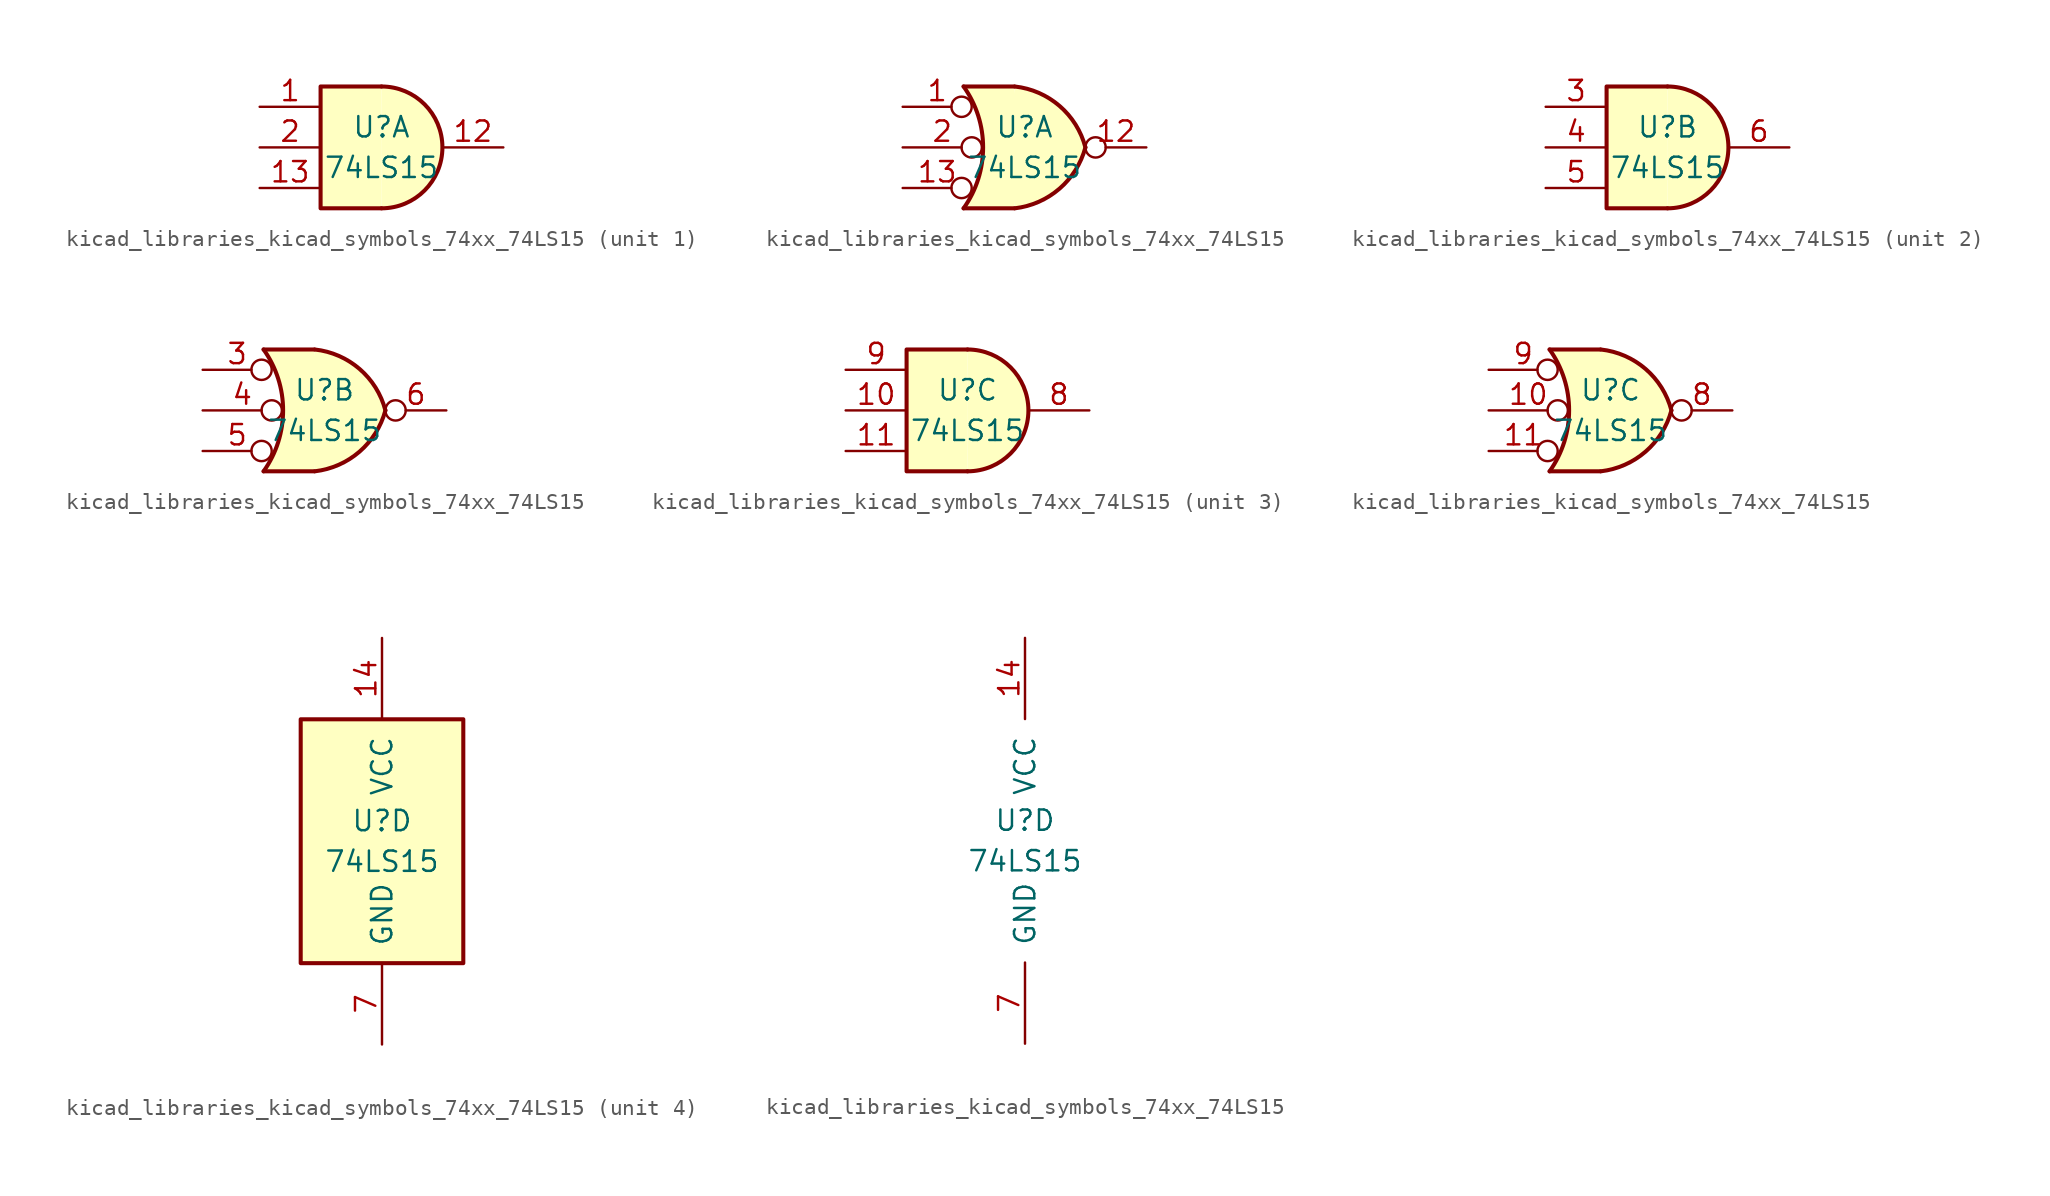
<source format=kicad_sym>
(kicad_symbol_lib
  (version 20220914)
  (generator kicad_symbol_editor)
  (symbol "kicad_libraries_kicad_symbols_74xx_74LS15"
    (pin_names
      (offset 1.016))
    (property "Reference" "U"
      (at 0 1.27 0)
      (effects (font (size 1.27 1.27))))
    (property "Value" "74LS15"
      (at 0 -1.27 0)
      (effects (font (size 1.27 1.27))))
    (property "ki_locked" ""
      (at 0 0 0)
      (effects (font (size 1.27 1.27))))
    (symbol "kicad_libraries_kicad_symbols_74xx_74LS15_1_1"
      (arc (start 0 -3.81) (mid 3.7934 0) (end 0 3.81) (stroke (width 0.254) (type default)) (fill (type background)))
      (polyline (pts (xy 0 3.81) (xy -3.81 3.81) (xy -3.81 -3.81) (xy 0 -3.81)) (stroke (width 0.254) (type default)) (fill (type background)))
      (pin input line (at -7.62 2.54 0) (length 3.81) (name "~" (effects (font (size 1.27 1.27)))) (number "1" (effects (font (size 1.27 1.27)))))
      (pin open_collector line (at 7.62 0 180) (length 3.81) (name "~" (effects (font (size 1.27 1.27)))) (number "12" (effects (font (size 1.27 1.27)))))
      (pin input line (at -7.62 -2.54 0) (length 3.81) (name "~" (effects (font (size 1.27 1.27)))) (number "13" (effects (font (size 1.27 1.27)))))
      (pin input line (at -7.62 0 0) (length 3.81) (name "~" (effects (font (size 1.27 1.27)))) (number "2" (effects (font (size 1.27 1.27))))))
    (symbol "kicad_libraries_kicad_symbols_74xx_74LS15_1_2"
      (arc (start -3.81 -3.81) (mid -2.589 0) (end -3.81 3.81) (stroke (width 0.254) (type default)) (fill (type none)))
      (arc (start -0.6096 -3.81) (mid 2.1842 -2.5851) (end 3.81 0) (stroke (width 0.254) (type default)) (fill (type background)))
      (polyline (pts (xy -3.81 -3.81) (xy -0.635 -3.81)) (stroke (width 0.254) (type default)) (fill (type background)))
      (polyline (pts (xy -3.81 3.81) (xy -0.635 3.81)) (stroke (width 0.254) (type default)) (fill (type background)))
      (polyline (pts (xy -0.635 3.81) (xy -3.81 3.81) (xy -3.81 3.81) (xy -3.556 3.404) (xy -3.023 2.261) (xy -2.692 1.041) (xy -2.616 -0.254) (xy -2.769 -1.499) (xy -3.175 -2.718) (xy -3.81 -3.81) (xy -3.81 -3.81) (xy -0.635 -3.81)) (stroke (width -25.4) (type default)) (fill (type background)))
      (arc (start 3.81 0) (mid 2.1915 2.5936) (end -0.6096 3.81) (stroke (width 0.254) (type default)) (fill (type background)))
      (pin input inverted (at -7.62 2.54 0) (length 4.318) (name "~" (effects (font (size 1.27 1.27)))) (number "1" (effects (font (size 1.27 1.27)))))
      (pin open_collector inverted (at 7.62 0 180) (length 3.81) (name "~" (effects (font (size 1.27 1.27)))) (number "12" (effects (font (size 1.27 1.27)))))
      (pin input inverted (at -7.62 -2.54 0) (length 4.318) (name "~" (effects (font (size 1.27 1.27)))) (number "13" (effects (font (size 1.27 1.27)))))
      (pin input inverted (at -7.62 0 0) (length 4.953) (name "~" (effects (font (size 1.27 1.27)))) (number "2" (effects (font (size 1.27 1.27))))))
    (symbol "kicad_libraries_kicad_symbols_74xx_74LS15_2_1"
      (arc (start 0 -3.81) (mid 3.7934 0) (end 0 3.81) (stroke (width 0.254) (type default)) (fill (type background)))
      (polyline (pts (xy 0 3.81) (xy -3.81 3.81) (xy -3.81 -3.81) (xy 0 -3.81)) (stroke (width 0.254) (type default)) (fill (type background)))
      (pin input line (at -7.62 2.54 0) (length 3.81) (name "~" (effects (font (size 1.27 1.27)))) (number "3" (effects (font (size 1.27 1.27)))))
      (pin input line (at -7.62 0 0) (length 3.81) (name "~" (effects (font (size 1.27 1.27)))) (number "4" (effects (font (size 1.27 1.27)))))
      (pin input line (at -7.62 -2.54 0) (length 3.81) (name "~" (effects (font (size 1.27 1.27)))) (number "5" (effects (font (size 1.27 1.27)))))
      (pin open_collector line (at 7.62 0 180) (length 3.81) (name "~" (effects (font (size 1.27 1.27)))) (number "6" (effects (font (size 1.27 1.27))))))
    (symbol "kicad_libraries_kicad_symbols_74xx_74LS15_2_2"
      (arc (start -3.81 -3.81) (mid -2.589 0) (end -3.81 3.81) (stroke (width 0.254) (type default)) (fill (type none)))
      (arc (start -0.6096 -3.81) (mid 2.1842 -2.5851) (end 3.81 0) (stroke (width 0.254) (type default)) (fill (type background)))
      (polyline (pts (xy -3.81 -3.81) (xy -0.635 -3.81)) (stroke (width 0.254) (type default)) (fill (type background)))
      (polyline (pts (xy -3.81 3.81) (xy -0.635 3.81)) (stroke (width 0.254) (type default)) (fill (type background)))
      (polyline (pts (xy -0.635 3.81) (xy -3.81 3.81) (xy -3.81 3.81) (xy -3.556 3.404) (xy -3.023 2.261) (xy -2.692 1.041) (xy -2.616 -0.254) (xy -2.769 -1.499) (xy -3.175 -2.718) (xy -3.81 -3.81) (xy -3.81 -3.81) (xy -0.635 -3.81)) (stroke (width -25.4) (type default)) (fill (type background)))
      (arc (start 3.81 0) (mid 2.1915 2.5936) (end -0.6096 3.81) (stroke (width 0.254) (type default)) (fill (type background)))
      (pin input inverted (at -7.62 2.54 0) (length 4.318) (name "~" (effects (font (size 1.27 1.27)))) (number "3" (effects (font (size 1.27 1.27)))))
      (pin input inverted (at -7.62 0 0) (length 4.953) (name "~" (effects (font (size 1.27 1.27)))) (number "4" (effects (font (size 1.27 1.27)))))
      (pin input inverted (at -7.62 -2.54 0) (length 4.318) (name "~" (effects (font (size 1.27 1.27)))) (number "5" (effects (font (size 1.27 1.27)))))
      (pin open_collector inverted (at 7.62 0 180) (length 3.81) (name "~" (effects (font (size 1.27 1.27)))) (number "6" (effects (font (size 1.27 1.27))))))
    (symbol "kicad_libraries_kicad_symbols_74xx_74LS15_3_1"
      (arc (start 0 -3.81) (mid 3.7934 0) (end 0 3.81) (stroke (width 0.254) (type default)) (fill (type background)))
      (polyline (pts (xy 0 3.81) (xy -3.81 3.81) (xy -3.81 -3.81) (xy 0 -3.81)) (stroke (width 0.254) (type default)) (fill (type background)))
      (pin input line (at -7.62 0 0) (length 3.81) (name "~" (effects (font (size 1.27 1.27)))) (number "10" (effects (font (size 1.27 1.27)))))
      (pin input line (at -7.62 -2.54 0) (length 3.81) (name "~" (effects (font (size 1.27 1.27)))) (number "11" (effects (font (size 1.27 1.27)))))
      (pin open_collector line (at 7.62 0 180) (length 3.81) (name "~" (effects (font (size 1.27 1.27)))) (number "8" (effects (font (size 1.27 1.27)))))
      (pin input line (at -7.62 2.54 0) (length 3.81) (name "~" (effects (font (size 1.27 1.27)))) (number "9" (effects (font (size 1.27 1.27))))))
    (symbol "kicad_libraries_kicad_symbols_74xx_74LS15_3_2"
      (arc (start -3.81 -3.81) (mid -2.589 0) (end -3.81 3.81) (stroke (width 0.254) (type default)) (fill (type none)))
      (arc (start -0.6096 -3.81) (mid 2.1842 -2.5851) (end 3.81 0) (stroke (width 0.254) (type default)) (fill (type background)))
      (polyline (pts (xy -3.81 -3.81) (xy -0.635 -3.81)) (stroke (width 0.254) (type default)) (fill (type background)))
      (polyline (pts (xy -3.81 3.81) (xy -0.635 3.81)) (stroke (width 0.254) (type default)) (fill (type background)))
      (polyline (pts (xy -0.635 3.81) (xy -3.81 3.81) (xy -3.81 3.81) (xy -3.556 3.404) (xy -3.023 2.261) (xy -2.692 1.041) (xy -2.616 -0.254) (xy -2.769 -1.499) (xy -3.175 -2.718) (xy -3.81 -3.81) (xy -3.81 -3.81) (xy -0.635 -3.81)) (stroke (width -25.4) (type default)) (fill (type background)))
      (arc (start 3.81 0) (mid 2.1915 2.5936) (end -0.6096 3.81) (stroke (width 0.254) (type default)) (fill (type background)))
      (pin input inverted (at -7.62 0 0) (length 4.953) (name "~" (effects (font (size 1.27 1.27)))) (number "10" (effects (font (size 1.27 1.27)))))
      (pin input inverted (at -7.62 -2.54 0) (length 4.318) (name "~" (effects (font (size 1.27 1.27)))) (number "11" (effects (font (size 1.27 1.27)))))
      (pin open_collector inverted (at 7.62 0 180) (length 3.81) (name "~" (effects (font (size 1.27 1.27)))) (number "8" (effects (font (size 1.27 1.27)))))
      (pin input inverted (at -7.62 2.54 0) (length 4.318) (name "~" (effects (font (size 1.27 1.27)))) (number "9" (effects (font (size 1.27 1.27))))))
    (symbol "kicad_libraries_kicad_symbols_74xx_74LS15_4_0"
      (pin power_in line (at 0 12.7 270) (length 5.08) (name "VCC" (effects (font (size 1.27 1.27)))) (number "14" (effects (font (size 1.27 1.27)))))
      (pin power_in line (at 0 -12.7 90) (length 5.08) (name "GND" (effects (font (size 1.27 1.27)))) (number "7" (effects (font (size 1.27 1.27))))))
    (symbol "kicad_libraries_kicad_symbols_74xx_74LS15_4_1"
      (rectangle (start -5.08 7.62) (end 5.08 -7.62) (stroke (width 0.254) (type default)) (fill (type background))))))
</source>
